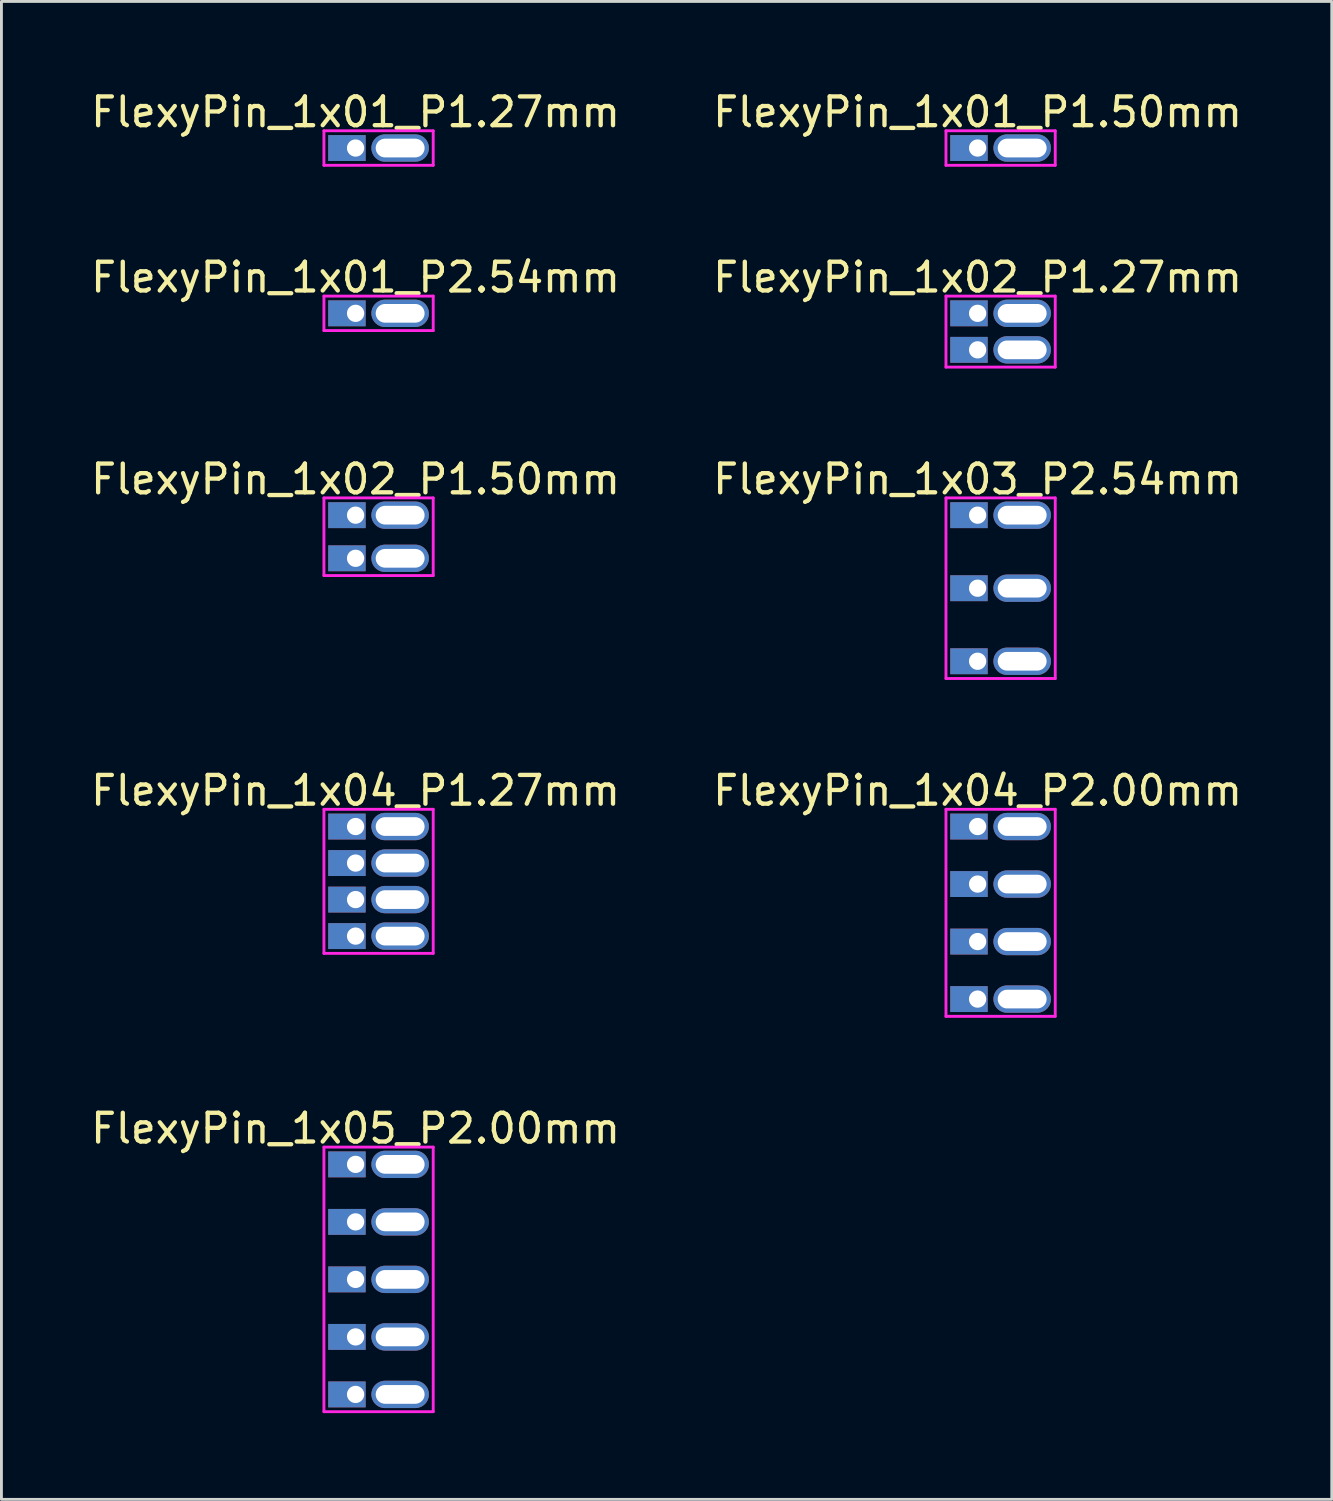
<source format=kicad_pcb>
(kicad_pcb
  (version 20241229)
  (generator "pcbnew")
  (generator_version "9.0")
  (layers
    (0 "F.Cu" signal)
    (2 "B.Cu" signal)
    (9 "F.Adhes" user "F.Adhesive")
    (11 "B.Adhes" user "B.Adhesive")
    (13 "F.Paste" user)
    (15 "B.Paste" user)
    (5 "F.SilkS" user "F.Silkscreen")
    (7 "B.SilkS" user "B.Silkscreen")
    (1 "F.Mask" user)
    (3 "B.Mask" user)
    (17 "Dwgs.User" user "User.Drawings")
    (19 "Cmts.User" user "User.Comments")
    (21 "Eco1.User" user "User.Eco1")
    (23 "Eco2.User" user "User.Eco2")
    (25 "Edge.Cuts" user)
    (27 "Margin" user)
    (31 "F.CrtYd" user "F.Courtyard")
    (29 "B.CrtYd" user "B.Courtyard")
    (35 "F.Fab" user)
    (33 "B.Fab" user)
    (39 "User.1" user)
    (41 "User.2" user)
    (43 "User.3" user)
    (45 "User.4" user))
  (footprint "FlexyPin_1x01_P2.54mm"
    (layer "F.Cu")
    (at 9.315 7.846)
    (property "Reference" "FlexyPin_1x01_P2.54mm" (at 0 -1.25 0) (layer "F.SilkS") (effects (font (size 1 1) (thickness 0.15))))
    (attr through_hole)
    (fp_line (start -1.1 -0.6) (end 2.7 -0.6) (stroke (width 0.1) (type solid)) (layer "F.CrtYd"))
    (fp_line (start -1.1 0.6) (end -1.1 -0.6) (stroke (width 0.1) (type solid)) (layer "F.CrtYd"))
    (fp_line (start 2.7 -0.6) (end 2.7 0.6) (stroke (width 0.1) (type solid)) (layer "F.CrtYd"))
    (fp_line (start 2.7 0.6) (end -1.1 0.6) (stroke (width 0.1) (type solid)) (layer "F.CrtYd"))
    (pad "" thru_hole oval (at 1.55 0) (size 2 0.95) (drill oval 1.7 0.65) (layers "*.Cu" "*.Mask"))
    (pad "1" thru_hole rect (at 0 0) (size 1.3 0.9) (drill 0.6 (offset -0.3 0)) (layers "*.Cu" "*.Mask")))
  (footprint "FlexyPin_1x02_P1.27mm"
    (layer "F.Cu")
    (at 30.946 7.846)
    (property "Reference" "FlexyPin_1x02_P1.27mm" (at 0 -1.25 0) (layer "F.SilkS") (effects (font (size 1 1) (thickness 0.15))))
    (attr through_hole)
    (fp_line (start -1.1 -0.6) (end 2.7 -0.6) (stroke (width 0.1) (type solid)) (layer "F.CrtYd"))
    (fp_line (start -1.1 1.87) (end -1.1 -0.6) (stroke (width 0.1) (type solid)) (layer "F.CrtYd"))
    (fp_line (start 2.7 -0.6) (end 2.7 1.87) (stroke (width 0.1) (type solid)) (layer "F.CrtYd"))
    (fp_line (start 2.7 1.87) (end -1.1 1.87) (stroke (width 0.1) (type solid)) (layer "F.CrtYd"))
    (pad "" thru_hole oval (at 1.55 0) (size 2 0.95) (drill oval 1.7 0.65) (layers "*.Cu" "*.Mask"))
    (pad "" thru_hole oval (at 1.55 1.27) (size 2 0.95) (drill oval 1.7 0.65) (layers "*.Cu" "*.Mask"))
    (pad "1" thru_hole rect (at 0 0) (size 1.3 0.9) (drill 0.6 (offset -0.3 0)) (layers "*.Cu" "*.Mask"))
    (pad "2" thru_hole rect (at 0 1.27) (size 1.3 0.9) (drill 0.6 (offset -0.3 0)) (layers "*.Cu" "*.Mask")))
  (footprint "FlexyPin_1x02_P1.50mm"
    (layer "F.Cu")
    (at 9.315 14.865)
    (property "Reference" "FlexyPin_1x02_P1.50mm" (at 0 -1.25 0) (layer "F.SilkS") (effects (font (size 1 1) (thickness 0.15))))
    (attr through_hole)
    (fp_line (start -1.1 -0.6) (end 2.7 -0.6) (stroke (width 0.1) (type solid)) (layer "F.CrtYd"))
    (fp_line (start -1.1 2.1) (end -1.1 -0.6) (stroke (width 0.1) (type solid)) (layer "F.CrtYd"))
    (fp_line (start 2.7 -0.6) (end 2.7 2.1) (stroke (width 0.1) (type solid)) (layer "F.CrtYd"))
    (fp_line (start 2.7 2.1) (end -1.1 2.1) (stroke (width 0.1) (type solid)) (layer "F.CrtYd"))
    (pad "" thru_hole oval (at 1.55 0) (size 2 0.95) (drill oval 1.7 0.65) (layers "*.Cu" "*.Mask"))
    (pad "" thru_hole oval (at 1.55 1.5) (size 2 0.95) (drill oval 1.7 0.65) (layers "*.Cu" "*.Mask"))
    (pad "1" thru_hole rect (at 0 0) (size 1.3 0.9) (drill 0.6 (offset -0.3 0)) (layers "*.Cu" "*.Mask"))
    (pad "2" thru_hole rect (at 0 1.5) (size 1.3 0.9) (drill 0.6 (offset -0.3 0)) (layers "*.Cu" "*.Mask")))
  (footprint "FlexyPin_1x03_P2.54mm"
    (layer "F.Cu")
    (at 30.946 14.865)
    (property "Reference" "FlexyPin_1x03_P2.54mm" (at 0 -1.25 0) (layer "F.SilkS") (effects (font (size 1 1) (thickness 0.15))))
    (attr through_hole)
    (fp_line (start -1.1 -0.6) (end 2.7 -0.6) (stroke (width 0.1) (type solid)) (layer "F.CrtYd"))
    (fp_line (start -1.1 5.68) (end -1.1 -0.6) (stroke (width 0.1) (type solid)) (layer "F.CrtYd"))
    (fp_line (start 2.7 -0.6) (end 2.7 5.68) (stroke (width 0.1) (type solid)) (layer "F.CrtYd"))
    (fp_line (start 2.7 5.68) (end -1.1 5.68) (stroke (width 0.1) (type solid)) (layer "F.CrtYd"))
    (pad "" thru_hole oval (at 1.55 0) (size 2 0.95) (drill oval 1.7 0.65) (layers "*.Cu" "*.Mask"))
    (pad "" thru_hole oval (at 1.55 2.54) (size 2 0.95) (drill oval 1.7 0.65) (layers "*.Cu" "*.Mask"))
    (pad "" thru_hole oval (at 1.55 5.08) (size 2 0.95) (drill oval 1.7 0.65) (layers "*.Cu" "*.Mask"))
    (pad "1" thru_hole rect (at 0 0) (size 1.3 0.9) (drill 0.6 (offset -0.3 0)) (layers "*.Cu" "*.Mask"))
    (pad "2" thru_hole rect (at 0 2.54) (size 1.3 0.9) (drill 0.6 (offset -0.3 0)) (layers "*.Cu" "*.Mask"))
    (pad "3" thru_hole rect (at 0 5.08) (size 1.3 0.9) (drill 0.6 (offset -0.3 0)) (layers "*.Cu" "*.Mask")))
  (footprint "FlexyPin_1x04_P2.00mm"
    (layer "F.Cu")
    (at 30.946 25.693)
    (property "Reference" "FlexyPin_1x04_P2.00mm" (at 0 -1.25 0) (layer "F.SilkS") (effects (font (size 1 1) (thickness 0.15))))
    (attr through_hole)
    (fp_line (start -1.1 -0.6) (end 2.7 -0.6) (stroke (width 0.1) (type solid)) (layer "F.CrtYd"))
    (fp_line (start -1.1 6.6) (end -1.1 -0.6) (stroke (width 0.1) (type solid)) (layer "F.CrtYd"))
    (fp_line (start 2.7 -0.6) (end 2.7 6.6) (stroke (width 0.1) (type solid)) (layer "F.CrtYd"))
    (fp_line (start 2.7 6.6) (end -1.1 6.6) (stroke (width 0.1) (type solid)) (layer "F.CrtYd"))
    (pad "" thru_hole oval (at 1.55 0) (size 2 0.95) (drill oval 1.7 0.65) (layers "*.Cu" "*.Mask"))
    (pad "" thru_hole oval (at 1.55 2) (size 2 0.95) (drill oval 1.7 0.65) (layers "*.Cu" "*.Mask"))
    (pad "" thru_hole oval (at 1.55 4) (size 2 0.95) (drill oval 1.7 0.65) (layers "*.Cu" "*.Mask"))
    (pad "" thru_hole oval (at 1.55 6) (size 2 0.95) (drill oval 1.7 0.65) (layers "*.Cu" "*.Mask"))
    (pad "1" thru_hole rect (at 0 0) (size 1.3 0.9) (drill 0.6 (offset -0.3 0)) (layers "*.Cu" "*.Mask"))
    (pad "2" thru_hole rect (at 0 2) (size 1.3 0.9) (drill 0.6 (offset -0.3 0)) (layers "*.Cu" "*.Mask"))
    (pad "3" thru_hole rect (at 0 4) (size 1.3 0.9) (drill 0.6 (offset -0.3 0)) (layers "*.Cu" "*.Mask"))
    (pad "4" thru_hole rect (at 0 6) (size 1.3 0.9) (drill 0.6 (offset -0.3 0)) (layers "*.Cu" "*.Mask")))
  (footprint "FlexyPin_1x01_P1.27mm"
    (layer "F.Cu")
    (at 9.315 2.098)
    (property "Reference" "FlexyPin_1x01_P1.27mm" (at 0 -1.25 0) (layer "F.SilkS") (effects (font (size 1 1) (thickness 0.15))))
    (attr through_hole)
    (fp_line (start -1.1 -0.6) (end 2.7 -0.6) (stroke (width 0.1) (type solid)) (layer "F.CrtYd"))
    (fp_line (start -1.1 0.6) (end -1.1 -0.6) (stroke (width 0.1) (type solid)) (layer "F.CrtYd"))
    (fp_line (start 2.7 -0.6) (end 2.7 0.6) (stroke (width 0.1) (type solid)) (layer "F.CrtYd"))
    (fp_line (start 2.7 0.6) (end -1.1 0.6) (stroke (width 0.1) (type solid)) (layer "F.CrtYd"))
    (pad "" thru_hole oval (at 1.55 0) (size 2 0.95) (drill oval 1.7 0.65) (layers "*.Cu" "*.Mask"))
    (pad "1" thru_hole rect (at 0 0) (size 1.3 0.9) (drill 0.6 (offset -0.3 0)) (layers "*.Cu" "*.Mask")))
  (footprint "FlexyPin_1x05_P2.00mm"
    (layer "F.Cu")
    (at 9.315 37.441)
    (property "Reference" "FlexyPin_1x05_P2.00mm" (at 0 -1.25 0) (layer "F.SilkS") (effects (font (size 1 1) (thickness 0.15))))
    (attr through_hole)
    (fp_line (start -1.1 -0.6) (end 2.7 -0.6) (stroke (width 0.1) (type solid)) (layer "F.CrtYd"))
    (fp_line (start -1.1 8.6) (end -1.1 -0.6) (stroke (width 0.1) (type solid)) (layer "F.CrtYd"))
    (fp_line (start 2.7 -0.6) (end 2.7 8.6) (stroke (width 0.1) (type solid)) (layer "F.CrtYd"))
    (fp_line (start 2.7 8.6) (end -1.1 8.6) (stroke (width 0.1) (type solid)) (layer "F.CrtYd"))
    (pad "" thru_hole oval (at 1.55 0) (size 2 0.95) (drill oval 1.7 0.65) (layers "*.Cu" "*.Mask"))
    (pad "" thru_hole oval (at 1.55 2) (size 2 0.95) (drill oval 1.7 0.65) (layers "*.Cu" "*.Mask"))
    (pad "" thru_hole oval (at 1.55 4) (size 2 0.95) (drill oval 1.7 0.65) (layers "*.Cu" "*.Mask"))
    (pad "" thru_hole oval (at 1.55 6) (size 2 0.95) (drill oval 1.7 0.65) (layers "*.Cu" "*.Mask"))
    (pad "" thru_hole oval (at 1.55 8) (size 2 0.95) (drill oval 1.7 0.65) (layers "*.Cu" "*.Mask"))
    (pad "1" thru_hole rect (at 0 0) (size 1.3 0.9) (drill 0.6 (offset -0.3 0)) (layers "*.Cu" "*.Mask"))
    (pad "2" thru_hole rect (at 0 2) (size 1.3 0.9) (drill 0.6 (offset -0.3 0)) (layers "*.Cu" "*.Mask"))
    (pad "3" thru_hole rect (at 0 4) (size 1.3 0.9) (drill 0.6 (offset -0.3 0)) (layers "*.Cu" "*.Mask"))
    (pad "4" thru_hole rect (at 0 6) (size 1.3 0.9) (drill 0.6 (offset -0.3 0)) (layers "*.Cu" "*.Mask"))
    (pad "5" thru_hole rect (at 0 8) (size 1.3 0.9) (drill 0.6 (offset -0.3 0)) (layers "*.Cu" "*.Mask")))
  (footprint "FlexyPin_1x04_P1.27mm"
    (layer "F.Cu")
    (at 9.315 25.693)
    (property "Reference" "FlexyPin_1x04_P1.27mm" (at 0 -1.25 0) (layer "F.SilkS") (effects (font (size 1 1) (thickness 0.15))))
    (attr through_hole)
    (fp_line (start -1.1 -0.6) (end 2.7 -0.6) (stroke (width 0.1) (type solid)) (layer "F.CrtYd"))
    (fp_line (start -1.1 4.41) (end -1.1 -0.6) (stroke (width 0.1) (type solid)) (layer "F.CrtYd"))
    (fp_line (start 2.7 -0.6) (end 2.7 4.41) (stroke (width 0.1) (type solid)) (layer "F.CrtYd"))
    (fp_line (start 2.7 4.41) (end -1.1 4.41) (stroke (width 0.1) (type solid)) (layer "F.CrtYd"))
    (pad "" thru_hole oval (at 1.55 0) (size 2 0.95) (drill oval 1.7 0.65) (layers "*.Cu" "*.Mask"))
    (pad "" thru_hole oval (at 1.55 1.27) (size 2 0.95) (drill oval 1.7 0.65) (layers "*.Cu" "*.Mask"))
    (pad "" thru_hole oval (at 1.55 2.54) (size 2 0.95) (drill oval 1.7 0.65) (layers "*.Cu" "*.Mask"))
    (pad "" thru_hole oval (at 1.55 3.81) (size 2 0.95) (drill oval 1.7 0.65) (layers "*.Cu" "*.Mask"))
    (pad "1" thru_hole rect (at 0 0) (size 1.3 0.9) (drill 0.6 (offset -0.3 0)) (layers "*.Cu" "*.Mask"))
    (pad "2" thru_hole rect (at 0 1.27) (size 1.3 0.9) (drill 0.6 (offset -0.3 0)) (layers "*.Cu" "*.Mask"))
    (pad "3" thru_hole rect (at 0 2.54) (size 1.3 0.9) (drill 0.6 (offset -0.3 0)) (layers "*.Cu" "*.Mask"))
    (pad "4" thru_hole rect (at 0 3.81) (size 1.3 0.9) (drill 0.6 (offset -0.3 0)) (layers "*.Cu" "*.Mask")))
  (footprint "FlexyPin_1x01_P1.50mm"
    (layer "F.Cu")
    (at 30.946 2.098)
    (property "Reference" "FlexyPin_1x01_P1.50mm" (at 0 -1.25 0) (layer "F.SilkS") (effects (font (size 1 1) (thickness 0.15))))
    (attr through_hole)
    (fp_line (start -1.1 -0.6) (end 2.7 -0.6) (stroke (width 0.1) (type solid)) (layer "F.CrtYd"))
    (fp_line (start -1.1 0.6) (end -1.1 -0.6) (stroke (width 0.1) (type solid)) (layer "F.CrtYd"))
    (fp_line (start 2.7 -0.6) (end 2.7 0.6) (stroke (width 0.1) (type solid)) (layer "F.CrtYd"))
    (fp_line (start 2.7 0.6) (end -1.1 0.6) (stroke (width 0.1) (type solid)) (layer "F.CrtYd"))
    (pad "" thru_hole oval (at 1.55 0) (size 2 0.95) (drill oval 1.7 0.65) (layers "*.Cu" "*.Mask"))
    (pad "1" thru_hole rect (at 0 0) (size 1.3 0.9) (drill 0.6 (offset -0.3 0)) (layers "*.Cu" "*.Mask")))
  (gr_rect
    (start -3 -3)
    (end 43.262 49.091)
    (stroke (width 0.1) (type default))
    (fill no)
    (layer "Edge.Cuts")))
</source>
